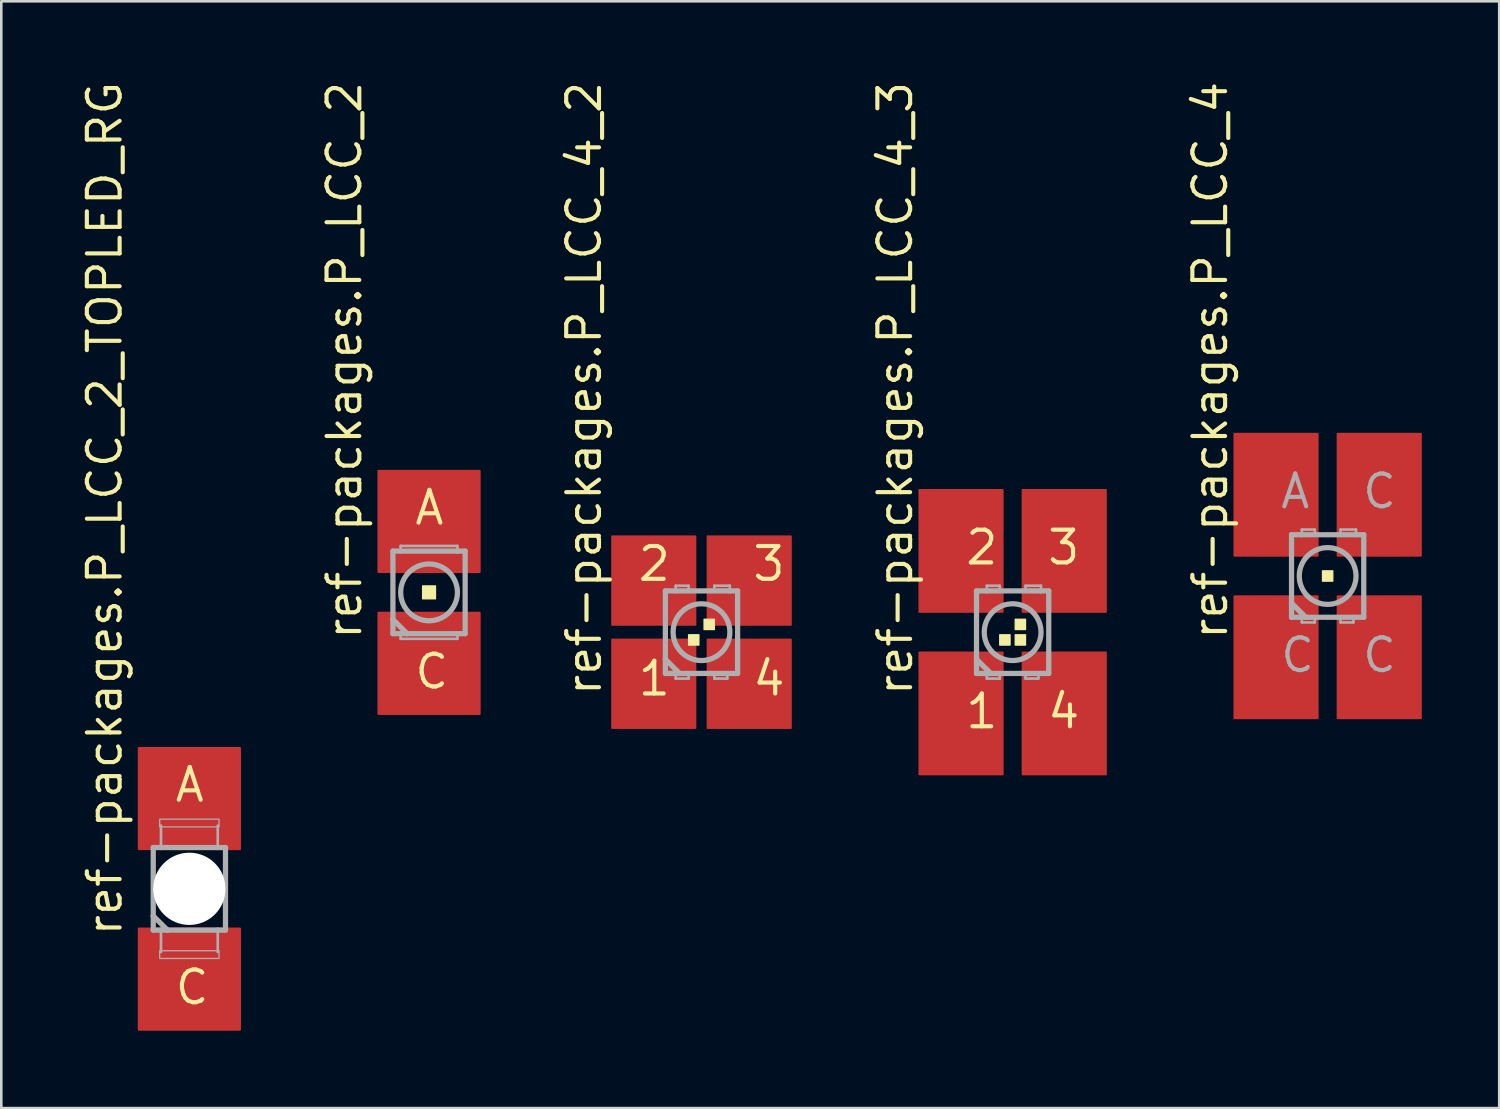
<source format=kicad_pcb>
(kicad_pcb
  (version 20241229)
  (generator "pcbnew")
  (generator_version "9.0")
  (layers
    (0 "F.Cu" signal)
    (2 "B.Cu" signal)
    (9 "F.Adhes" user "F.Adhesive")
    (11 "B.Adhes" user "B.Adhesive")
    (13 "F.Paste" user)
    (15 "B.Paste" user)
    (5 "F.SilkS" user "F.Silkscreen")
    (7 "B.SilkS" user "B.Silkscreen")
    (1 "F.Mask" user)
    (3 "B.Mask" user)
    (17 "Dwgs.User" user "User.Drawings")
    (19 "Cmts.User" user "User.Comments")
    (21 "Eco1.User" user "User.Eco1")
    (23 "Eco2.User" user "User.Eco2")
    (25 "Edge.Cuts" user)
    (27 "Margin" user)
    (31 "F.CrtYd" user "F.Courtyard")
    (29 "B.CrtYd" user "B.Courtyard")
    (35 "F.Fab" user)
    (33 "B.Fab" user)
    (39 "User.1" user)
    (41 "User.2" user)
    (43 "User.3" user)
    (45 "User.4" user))
  (footprint "ref-packages.P_LCC_4_3"
    (layer "F.Cu")
    (at 36.2 21.453)
    (property "Reference" "ref-packages.P_LCC_4_3" (at -3.81 2.54 90) (layer "F.SilkS") (effects (font (size 1.27 1.27) (thickness 0.16)) (justify left bottom)))
    (attr smd)
    (fp_rect (start -1.15 -0.75) (end -0.35 -1.85) (stroke (width 0.05) (type default)) (fill yes) (layer "F.Mask"))
    (fp_rect (start -1.15 1.85) (end -0.35 0.75) (stroke (width 0.05) (type default)) (fill yes) (layer "F.Mask"))
    (fp_rect (start 0.35 -0.75) (end 1.15 -1.85) (stroke (width 0.05) (type default)) (fill yes) (layer "F.Mask"))
    (fp_rect (start 0.35 1.85) (end 1.15 0.75) (stroke (width 0.05) (type default)) (fill yes) (layer "F.Mask"))
    (fp_rect (start -0.5 0.5) (end -0.1 0.1) (stroke (width 0.05) (type default)) (fill yes) (layer "F.SilkS"))
    (fp_rect (start 0.1 -0.1) (end 0.5 -0.5) (stroke (width 0.05) (type default)) (fill yes) (layer "F.SilkS"))
    (fp_rect (start 0.1 0.5) (end 0.5 0.1) (stroke (width 0.05) (type default)) (fill yes) (layer "F.SilkS"))
    (fp_rect (start -1.1 -0.8) (end -0.4 -1.8) (stroke (width 0.05) (type default)) (fill yes) (layer "F.Paste"))
    (fp_rect (start -1.1 1.8) (end -0.4 0.8) (stroke (width 0.05) (type default)) (fill yes) (layer "F.Paste"))
    (fp_rect (start 0.4 -0.8) (end 1.1 -1.8) (stroke (width 0.05) (type default)) (fill yes) (layer "F.Paste"))
    (fp_rect (start 0.4 1.8) (end 1.1 0.8) (stroke (width 0.05) (type default)) (fill yes) (layer "F.Paste"))
    (fp_line (start -1.4 -1.6) (end -1.4 1.05) (stroke (width 0.203) (type default)) (layer "F.Fab"))
    (fp_line (start -1.4 1.05) (end -1.4 1.6) (stroke (width 0.203) (type default)) (layer "F.Fab"))
    (fp_line (start -1.4 1.6) (end -1 1.6) (stroke (width 0.203) (type default)) (layer "F.Fab"))
    (fp_line (start -1 -1.8) (end -0.5 -1.8) (stroke (width 0.102) (type default)) (layer "F.Fab"))
    (fp_line (start -1 -1.6) (end -1.4 -1.6) (stroke (width 0.203) (type default)) (layer "F.Fab"))
    (fp_line (start -1 -1.6) (end -1 -1.8) (stroke (width 0.102) (type default)) (layer "F.Fab"))
    (fp_line (start -1 1.6) (end -1 1.8) (stroke (width 0.102) (type default)) (layer "F.Fab"))
    (fp_line (start -1 1.6) (end -0.85 1.6) (stroke (width 0.203) (type default)) (layer "F.Fab"))
    (fp_line (start -1 1.8) (end -0.5 1.8) (stroke (width 0.102) (type default)) (layer "F.Fab"))
    (fp_line (start -0.85 1.6) (end -1.4 1.05) (stroke (width 0.203) (type default)) (layer "F.Fab"))
    (fp_line (start -0.85 1.6) (end 1 1.6) (stroke (width 0.203) (type default)) (layer "F.Fab"))
    (fp_line (start -0.5 -1.8) (end -0.5 -1.65) (stroke (width 0.102) (type default)) (layer "F.Fab"))
    (fp_line (start -0.5 1.8) (end -0.5 1.65) (stroke (width 0.102) (type default)) (layer "F.Fab"))
    (fp_line (start 0.5 -1.8) (end 1.1 -1.8) (stroke (width 0.102) (type default)) (layer "F.Fab"))
    (fp_line (start 0.5 -1.65) (end 0.5 -1.8) (stroke (width 0.102) (type default)) (layer "F.Fab"))
    (fp_line (start 0.5 1.65) (end 0.5 1.8) (stroke (width 0.102) (type default)) (layer "F.Fab"))
    (fp_line (start 0.5 1.8) (end 1 1.8) (stroke (width 0.102) (type default)) (layer "F.Fab"))
    (fp_line (start 1 1.6) (end 1.4 1.6) (stroke (width 0.203) (type default)) (layer "F.Fab"))
    (fp_line (start 1 1.8) (end 1 1.6) (stroke (width 0.102) (type default)) (layer "F.Fab"))
    (fp_line (start 1.1 -1.8) (end 1.1 -1.6) (stroke (width 0.102) (type default)) (layer "F.Fab"))
    (fp_line (start 1.1 -1.6) (end -1 -1.6) (stroke (width 0.203) (type default)) (layer "F.Fab"))
    (fp_line (start 1.4 -1.6) (end 1.1 -1.6) (stroke (width 0.203) (type default)) (layer "F.Fab"))
    (fp_line (start 1.4 1.6) (end 1.4 -1.6) (stroke (width 0.203) (type default)) (layer "F.Fab"))
    (fp_circle (center 0 0) (end 1.1 0) (stroke (width 0.203) (type default)) (fill no) (layer "F.Fab"))
    (fp_text user "2" (at -1.905 -2.54 0) (layer "F.SilkS") (effects (font (size 1.27 1.27) (thickness 0.16)) (justify left bottom)))
    (fp_text user "4" (at 1.27 3.81 0) (layer "F.SilkS") (effects (font (size 1.27 1.27) (thickness 0.16)) (justify left bottom)))
    (fp_text user "1" (at -1.905 3.81 0) (layer "F.SilkS") (effects (font (size 1.27 1.27) (thickness 0.16)) (justify left bottom)))
    (fp_text user "3" (at 1.27 -2.54 0) (layer "F.SilkS") (effects (font (size 1.27 1.27) (thickness 0.16)) (justify left bottom)))
    (pad "1" smd roundrect (at -2 3.15) (size 3.3 4.8) (layers "F.Cu" "F.Mask" "F.Paste") (roundrect_rratio 0.01))
    (pad "2" smd roundrect (at -2 -3.15) (size 3.3 4.8) (layers "F.Cu" "F.Mask" "F.Paste") (roundrect_rratio 0.01))
    (pad "3" smd roundrect (at 2 -3.15) (size 3.3 4.8) (layers "F.Cu" "F.Mask" "F.Paste") (roundrect_rratio 0.01))
    (pad "4" smd roundrect (at 2 3.15) (size 3.3 4.8) (layers "F.Cu" "F.Mask" "F.Paste") (roundrect_rratio 0.01)))
  (footprint "ref-packages.P_LCC_4"
    (layer "F.Cu")
    (at 48.41 19.276)
    (property "Reference" "ref-packages.P_LCC_4" (at -3.81 2.54 90) (layer "F.SilkS") (effects (font (size 1.27 1.27) (thickness 0.16)) (justify left bottom)))
    (attr smd)
    (fp_rect (start -1.15 -0.75) (end -0.35 -1.85) (stroke (width 0.05) (type default)) (fill yes) (layer "F.Mask"))
    (fp_rect (start -1.15 1.85) (end -0.35 0.75) (stroke (width 0.05) (type default)) (fill yes) (layer "F.Mask"))
    (fp_rect (start 0.35 -0.75) (end 1.15 -1.85) (stroke (width 0.05) (type default)) (fill yes) (layer "F.Mask"))
    (fp_rect (start 0.35 1.85) (end 1.15 0.75) (stroke (width 0.05) (type default)) (fill yes) (layer "F.Mask"))
    (fp_rect (start -0.2 0.2) (end 0.2 -0.2) (stroke (width 0.05) (type default)) (fill yes) (layer "F.SilkS"))
    (fp_rect (start -1.1 -0.8) (end -0.4 -1.8) (stroke (width 0.05) (type default)) (fill yes) (layer "F.Paste"))
    (fp_rect (start -1.1 1.8) (end -0.4 0.8) (stroke (width 0.05) (type default)) (fill yes) (layer "F.Paste"))
    (fp_rect (start 0.4 -0.8) (end 1.1 -1.8) (stroke (width 0.05) (type default)) (fill yes) (layer "F.Paste"))
    (fp_rect (start 0.4 1.8) (end 1.1 0.8) (stroke (width 0.05) (type default)) (fill yes) (layer "F.Paste"))
    (fp_line (start -1.4 -1.6) (end -1.4 1.05) (stroke (width 0.203) (type default)) (layer "F.Fab"))
    (fp_line (start -1.4 1.05) (end -1.4 1.6) (stroke (width 0.203) (type default)) (layer "F.Fab"))
    (fp_line (start -1.4 1.6) (end -1 1.6) (stroke (width 0.203) (type default)) (layer "F.Fab"))
    (fp_line (start -1 -1.8) (end -0.5 -1.8) (stroke (width 0.102) (type default)) (layer "F.Fab"))
    (fp_line (start -1 -1.6) (end -1.4 -1.6) (stroke (width 0.203) (type default)) (layer "F.Fab"))
    (fp_line (start -1 -1.6) (end -1 -1.8) (stroke (width 0.102) (type default)) (layer "F.Fab"))
    (fp_line (start -1 1.6) (end -1 1.8) (stroke (width 0.102) (type default)) (layer "F.Fab"))
    (fp_line (start -1 1.6) (end -0.85 1.6) (stroke (width 0.203) (type default)) (layer "F.Fab"))
    (fp_line (start -1 1.8) (end -0.5 1.8) (stroke (width 0.102) (type default)) (layer "F.Fab"))
    (fp_line (start -0.85 1.6) (end -1.4 1.05) (stroke (width 0.203) (type default)) (layer "F.Fab"))
    (fp_line (start -0.85 1.6) (end 1 1.6) (stroke (width 0.203) (type default)) (layer "F.Fab"))
    (fp_line (start -0.5 -1.8) (end -0.5 -1.65) (stroke (width 0.102) (type default)) (layer "F.Fab"))
    (fp_line (start -0.5 1.8) (end -0.5 1.65) (stroke (width 0.102) (type default)) (layer "F.Fab"))
    (fp_line (start 0.5 -1.8) (end 1.1 -1.8) (stroke (width 0.102) (type default)) (layer "F.Fab"))
    (fp_line (start 0.5 -1.65) (end 0.5 -1.8) (stroke (width 0.102) (type default)) (layer "F.Fab"))
    (fp_line (start 0.5 1.65) (end 0.5 1.8) (stroke (width 0.102) (type default)) (layer "F.Fab"))
    (fp_line (start 0.5 1.8) (end 1 1.8) (stroke (width 0.102) (type default)) (layer "F.Fab"))
    (fp_line (start 1 1.6) (end 1.4 1.6) (stroke (width 0.203) (type default)) (layer "F.Fab"))
    (fp_line (start 1 1.8) (end 1 1.6) (stroke (width 0.102) (type default)) (layer "F.Fab"))
    (fp_line (start 1.1 -1.8) (end 1.1 -1.6) (stroke (width 0.102) (type default)) (layer "F.Fab"))
    (fp_line (start 1.1 -1.6) (end -1 -1.6) (stroke (width 0.203) (type default)) (layer "F.Fab"))
    (fp_line (start 1.4 -1.6) (end 1.1 -1.6) (stroke (width 0.203) (type default)) (layer "F.Fab"))
    (fp_line (start 1.4 1.6) (end 1.4 -1.6) (stroke (width 0.203) (type default)) (layer "F.Fab"))
    (fp_circle (center 0 0) (end 1.1 0) (stroke (width 0.203) (type default)) (fill no) (layer "F.Fab"))
    (fp_text user "C" (at -1.905 3.81 0) (layer "F.Fab") (effects (font (size 1.27 1.27) (thickness 0.16)) (justify left bottom)))
    (fp_text user "C" (at 1.27 3.81 0) (layer "F.Fab") (effects (font (size 1.27 1.27) (thickness 0.16)) (justify left bottom)))
    (fp_text user "A" (at -1.905 -2.54 0) (layer "F.Fab") (effects (font (size 1.27 1.27) (thickness 0.16)) (justify left bottom)))
    (fp_text user "C" (at 1.27 -2.54 0) (layer "F.Fab") (effects (font (size 1.27 1.27) (thickness 0.16)) (justify left bottom)))
    (pad "A" smd roundrect (at -2 -3.15) (size 3.3 4.8) (layers "F.Cu" "F.Mask" "F.Paste") (roundrect_rratio 0.01))
    (pad "C@1" smd roundrect (at -2 3.15) (size 3.3 4.8) (layers "F.Cu" "F.Mask" "F.Paste") (roundrect_rratio 0.01))
    (pad "C@3" smd roundrect (at 2 -3.15) (size 3.3 4.8) (layers "F.Cu" "F.Mask" "F.Paste") (roundrect_rratio 0.01))
    (pad "C@4" smd roundrect (at 2 3.15) (size 3.3 4.8) (layers "F.Cu" "F.Mask" "F.Paste") (roundrect_rratio 0.01)))
  (footprint "ref-packages.P_LCC_2"
    (layer "F.Cu")
    (at 13.58 19.911)
    (property "Reference" "ref-packages.P_LCC_2" (at -2.54 1.905 90) (layer "F.SilkS") (effects (font (size 1.27 1.27) (thickness 0.16)) (justify left bottom)))
    (attr smd)
    (fp_rect (start -0.25 0.25) (end 0.25 -0.25) (stroke (width 0.05) (type default)) (fill yes) (layer "F.SilkS"))
    (fp_rect (start -1.3 -0.75) (end 1.3 -2.25) (stroke (width 0.05) (type default)) (fill yes) (layer "F.Paste"))
    (fp_rect (start -1.3 2.25) (end 1.3 0.75) (stroke (width 0.05) (type default)) (fill yes) (layer "F.Paste"))
    (fp_line (start -1.4 -1.6) (end -1.4 1.05) (stroke (width 0.203) (type default)) (layer "F.Fab"))
    (fp_line (start -1.4 1.05) (end -1.4 1.6) (stroke (width 0.203) (type default)) (layer "F.Fab"))
    (fp_line (start -1.4 1.6) (end -1.1 1.6) (stroke (width 0.203) (type default)) (layer "F.Fab"))
    (fp_line (start -1.1 -1.8) (end 1.1 -1.8) (stroke (width 0.102) (type default)) (layer "F.Fab"))
    (fp_line (start -1.1 -1.6) (end -1.4 -1.6) (stroke (width 0.203) (type default)) (layer "F.Fab"))
    (fp_line (start -1.1 -1.6) (end -1.1 -1.8) (stroke (width 0.102) (type default)) (layer "F.Fab"))
    (fp_line (start -1.1 1.6) (end -1.1 1.8) (stroke (width 0.102) (type default)) (layer "F.Fab"))
    (fp_line (start -1.1 1.6) (end -0.85 1.6) (stroke (width 0.203) (type default)) (layer "F.Fab"))
    (fp_line (start -1.1 1.8) (end 1.1 1.8) (stroke (width 0.102) (type default)) (layer "F.Fab"))
    (fp_line (start -0.85 1.6) (end -1.4 1.05) (stroke (width 0.203) (type default)) (layer "F.Fab"))
    (fp_line (start -0.85 1.6) (end 1.1 1.6) (stroke (width 0.203) (type default)) (layer "F.Fab"))
    (fp_line (start 1.1 -1.8) (end 1.1 -1.6) (stroke (width 0.102) (type default)) (layer "F.Fab"))
    (fp_line (start 1.1 -1.6) (end -1.1 -1.6) (stroke (width 0.203) (type default)) (layer "F.Fab"))
    (fp_line (start 1.1 1.6) (end 1.4 1.6) (stroke (width 0.203) (type default)) (layer "F.Fab"))
    (fp_line (start 1.1 1.8) (end 1.1 1.6) (stroke (width 0.102) (type default)) (layer "F.Fab"))
    (fp_line (start 1.4 -1.6) (end 1.1 -1.6) (stroke (width 0.203) (type default)) (layer "F.Fab"))
    (fp_line (start 1.4 1.6) (end 1.4 -1.6) (stroke (width 0.203) (type default)) (layer "F.Fab"))
    (fp_circle (center 0 0) (end 1.1 0) (stroke (width 0.203) (type default)) (fill no) (layer "F.Fab"))
    (fp_text user "A" (at -0.635 -2.54 0) (layer "F.SilkS") (effects (font (size 1.27 1.27) (thickness 0.16)) (justify left bottom)))
    (fp_text user "C" (at -0.635 3.81 0) (layer "F.SilkS") (effects (font (size 1.27 1.27) (thickness 0.16)) (justify left bottom)))
    (pad "A" smd roundrect (at 0 -2.75) (size 4 4) (layers "F.Cu" "F.Mask" "F.Paste") (roundrect_rratio 0.01))
    (pad "C" smd roundrect (at 0 2.75) (size 4 4) (layers "F.Cu" "F.Mask" "F.Paste") (roundrect_rratio 0.01)))
  (footprint "ref-packages.P_LCC_4_2"
    (layer "F.Cu")
    (at 24.14 21.453)
    (property "Reference" "ref-packages.P_LCC_4_2" (at -3.81 2.54 90) (layer "F.SilkS") (effects (font (size 1.27 1.27) (thickness 0.16)) (justify left bottom)))
    (attr smd)
    (fp_rect (start -1.15 -0.75) (end -0.35 -1.85) (stroke (width 0.05) (type default)) (fill yes) (layer "F.Mask"))
    (fp_rect (start -1.15 1.85) (end -0.35 0.75) (stroke (width 0.05) (type default)) (fill yes) (layer "F.Mask"))
    (fp_rect (start 0.35 -0.75) (end 1.15 -1.85) (stroke (width 0.05) (type default)) (fill yes) (layer "F.Mask"))
    (fp_rect (start 0.35 1.85) (end 1.15 0.75) (stroke (width 0.05) (type default)) (fill yes) (layer "F.Mask"))
    (fp_rect (start -0.5 0.5) (end -0.1 0.1) (stroke (width 0.05) (type default)) (fill yes) (layer "F.SilkS"))
    (fp_rect (start 0.1 -0.1) (end 0.5 -0.5) (stroke (width 0.05) (type default)) (fill yes) (layer "F.SilkS"))
    (fp_rect (start -1.1 -0.8) (end -0.4 -1.8) (stroke (width 0.05) (type default)) (fill yes) (layer "F.Paste"))
    (fp_rect (start -1.1 1.8) (end -0.4 0.8) (stroke (width 0.05) (type default)) (fill yes) (layer "F.Paste"))
    (fp_rect (start 0.4 -0.8) (end 1.1 -1.8) (stroke (width 0.05) (type default)) (fill yes) (layer "F.Paste"))
    (fp_rect (start 0.4 1.8) (end 1.1 0.8) (stroke (width 0.05) (type default)) (fill yes) (layer "F.Paste"))
    (fp_line (start -1.4 -1.6) (end -1.4 1.05) (stroke (width 0.203) (type default)) (layer "F.Fab"))
    (fp_line (start -1.4 1.05) (end -1.4 1.6) (stroke (width 0.203) (type default)) (layer "F.Fab"))
    (fp_line (start -1.4 1.6) (end -1 1.6) (stroke (width 0.203) (type default)) (layer "F.Fab"))
    (fp_line (start -1 -1.8) (end -0.5 -1.8) (stroke (width 0.102) (type default)) (layer "F.Fab"))
    (fp_line (start -1 -1.6) (end -1.4 -1.6) (stroke (width 0.203) (type default)) (layer "F.Fab"))
    (fp_line (start -1 -1.6) (end -1 -1.8) (stroke (width 0.102) (type default)) (layer "F.Fab"))
    (fp_line (start -1 1.6) (end -1 1.8) (stroke (width 0.102) (type default)) (layer "F.Fab"))
    (fp_line (start -1 1.6) (end -0.85 1.6) (stroke (width 0.203) (type default)) (layer "F.Fab"))
    (fp_line (start -1 1.8) (end -0.5 1.8) (stroke (width 0.102) (type default)) (layer "F.Fab"))
    (fp_line (start -0.85 1.6) (end -1.4 1.05) (stroke (width 0.203) (type default)) (layer "F.Fab"))
    (fp_line (start -0.85 1.6) (end 1 1.6) (stroke (width 0.203) (type default)) (layer "F.Fab"))
    (fp_line (start -0.5 -1.8) (end -0.5 -1.65) (stroke (width 0.102) (type default)) (layer "F.Fab"))
    (fp_line (start -0.5 1.8) (end -0.5 1.65) (stroke (width 0.102) (type default)) (layer "F.Fab"))
    (fp_line (start 0.5 -1.8) (end 1.1 -1.8) (stroke (width 0.102) (type default)) (layer "F.Fab"))
    (fp_line (start 0.5 -1.65) (end 0.5 -1.8) (stroke (width 0.102) (type default)) (layer "F.Fab"))
    (fp_line (start 0.5 1.65) (end 0.5 1.8) (stroke (width 0.102) (type default)) (layer "F.Fab"))
    (fp_line (start 0.5 1.8) (end 1 1.8) (stroke (width 0.102) (type default)) (layer "F.Fab"))
    (fp_line (start 1 1.6) (end 1.4 1.6) (stroke (width 0.203) (type default)) (layer "F.Fab"))
    (fp_line (start 1 1.8) (end 1 1.6) (stroke (width 0.102) (type default)) (layer "F.Fab"))
    (fp_line (start 1.1 -1.8) (end 1.1 -1.6) (stroke (width 0.102) (type default)) (layer "F.Fab"))
    (fp_line (start 1.1 -1.6) (end -1 -1.6) (stroke (width 0.203) (type default)) (layer "F.Fab"))
    (fp_line (start 1.4 -1.6) (end 1.1 -1.6) (stroke (width 0.203) (type default)) (layer "F.Fab"))
    (fp_line (start 1.4 1.6) (end 1.4 -1.6) (stroke (width 0.203) (type default)) (layer "F.Fab"))
    (fp_circle (center 0 0) (end 1.1 0) (stroke (width 0.203) (type default)) (fill no) (layer "F.Fab"))
    (fp_text user "3" (at 1.905 -1.905 0) (layer "F.SilkS") (effects (font (size 1.27 1.27) (thickness 0.16)) (justify left bottom)))
    (fp_text user "1" (at -2.54 2.54 0) (layer "F.SilkS") (effects (font (size 1.27 1.27) (thickness 0.16)) (justify left bottom)))
    (fp_text user "2" (at -2.54 -1.905 0) (layer "F.SilkS") (effects (font (size 1.27 1.27) (thickness 0.16)) (justify left bottom)))
    (fp_text user "4" (at 1.905 2.54 0) (layer "F.SilkS") (effects (font (size 1.27 1.27) (thickness 0.16)) (justify left bottom)))
    (pad "1" smd roundrect (at -1.85 2) (size 3.3 3.5) (layers "F.Cu" "F.Mask" "F.Paste") (roundrect_rratio 0.01))
    (pad "2" smd roundrect (at -1.85 -2) (size 3.3 3.5) (layers "F.Cu" "F.Mask" "F.Paste") (roundrect_rratio 0.01))
    (pad "3" smd roundrect (at 1.85 -2) (size 3.3 3.5) (layers "F.Cu" "F.Mask" "F.Paste") (roundrect_rratio 0.01))
    (pad "4" smd roundrect (at 1.85 2) (size 3.3 3.5) (layers "F.Cu" "F.Mask" "F.Paste") (roundrect_rratio 0.01)))
  (footprint "ref-packages.P_LCC_2_TOPLED_RG"
    (layer "F.Cu")
    (at 4.29 31.401)
    (property "Reference" "ref-packages.P_LCC_2_TOPLED_RG" (at -2.54 1.905 90) (layer "F.SilkS") (effects (font (size 1.27 1.27) (thickness 0.16)) (justify left bottom)))
    (attr smd)
    (fp_rect (start -0.25 0.25) (end 0.25 -0.25) (stroke (width 0.05) (type default)) (fill yes) (layer "F.SilkS"))
    (fp_circle (center 0 0) (end 1.1 0) (stroke (width 0.203) (type default)) (fill no) (layer "F.SilkS"))
    (fp_rect (start -1.3 -1.5) (end 1.3 -3) (stroke (width 0.05) (type default)) (fill yes) (layer "F.Paste"))
    (fp_rect (start -1.3 3) (end 1.3 1.5) (stroke (width 0.05) (type default)) (fill yes) (layer "F.Paste"))
    (fp_line (start -1.4 -1.6) (end -1.4 1.05) (stroke (width 0.203) (type default)) (layer "F.Fab"))
    (fp_line (start -1.4 1.05) (end -1.4 1.6) (stroke (width 0.203) (type default)) (layer "F.Fab"))
    (fp_line (start -1.4 1.6) (end -1.1 1.6) (stroke (width 0.203) (type default)) (layer "F.Fab"))
    (fp_line (start -1.1 -1.6) (end -1.4 -1.6) (stroke (width 0.203) (type default)) (layer "F.Fab"))
    (fp_line (start -1.1 -1.6) (end -1.1 -2.45) (stroke (width 0.102) (type default)) (layer "F.Fab"))
    (fp_line (start -1.1 1.6) (end -1.1 2.45) (stroke (width 0.102) (type default)) (layer "F.Fab"))
    (fp_line (start -1.1 1.6) (end -0.85 1.6) (stroke (width 0.203) (type default)) (layer "F.Fab"))
    (fp_line (start -0.85 1.6) (end -1.4 1.05) (stroke (width 0.203) (type default)) (layer "F.Fab"))
    (fp_line (start -0.85 1.6) (end 1.1 1.6) (stroke (width 0.203) (type default)) (layer "F.Fab"))
    (fp_line (start 1.1 -2.45) (end 1.1 -1.6) (stroke (width 0.102) (type default)) (layer "F.Fab"))
    (fp_line (start 1.1 -1.6) (end -1.1 -1.6) (stroke (width 0.203) (type default)) (layer "F.Fab"))
    (fp_line (start 1.1 1.6) (end 1.4 1.6) (stroke (width 0.203) (type default)) (layer "F.Fab"))
    (fp_line (start 1.1 2.45) (end 1.1 1.6) (stroke (width 0.102) (type default)) (layer "F.Fab"))
    (fp_line (start 1.4 -1.6) (end 1.1 -1.6) (stroke (width 0.203) (type default)) (layer "F.Fab"))
    (fp_line (start 1.4 1.6) (end 1.4 -1.6) (stroke (width 0.203) (type default)) (layer "F.Fab"))
    (fp_rect (start -1.15 -2.4) (end 1.15 -2.7) (stroke (width 0.05) (type default)) (fill no) (layer "F.Fab"))
    (fp_rect (start -1.15 2.7) (end 1.15 2.4) (stroke (width 0.05) (type default)) (fill no) (layer "F.Fab"))
    (fp_text user "C" (at -0.635 4.56 0) (layer "F.SilkS") (effects (font (size 1.27 1.27) (thickness 0.16)) (justify left bottom)))
    (fp_text user "A" (at -0.635 -3.29 0) (layer "F.SilkS") (effects (font (size 1.27 1.27) (thickness 0.16)) (justify left bottom)))
    (pad "" np_thru_hole circle (at 0 0) (size 2.8 2.8) (drill 2.8) (layers "*.Cu" "*.Mask"))
    (pad "A" smd roundrect (at 0 -3.5) (size 4 4) (layers "F.Cu" "F.Mask" "F.Paste") (roundrect_rratio 0.01))
    (pad "C" smd roundrect (at 0 3.5) (size 4 4) (layers "F.Cu" "F.Mask" "F.Paste") (roundrect_rratio 0.01)))
  (gr_rect
    (start -3 -3)
    (end 55.06 39.901)
    (stroke (width 0.1) (type default))
    (fill no)
    (layer "Edge.Cuts")))
</source>
